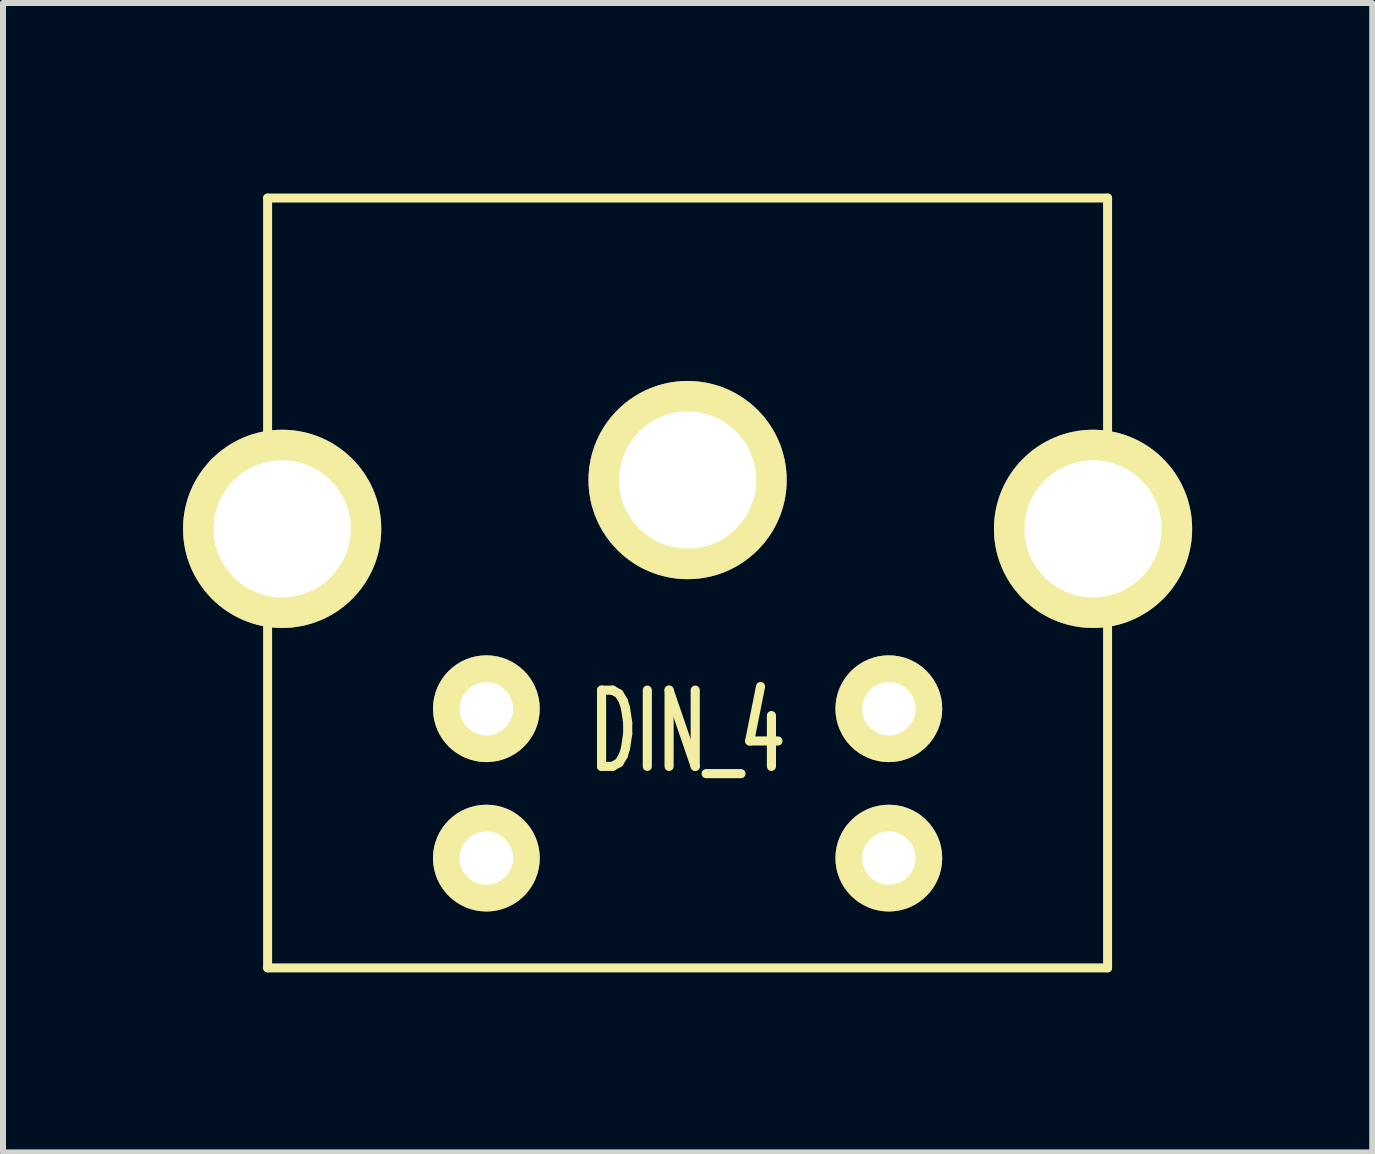
<source format=kicad_pcb>
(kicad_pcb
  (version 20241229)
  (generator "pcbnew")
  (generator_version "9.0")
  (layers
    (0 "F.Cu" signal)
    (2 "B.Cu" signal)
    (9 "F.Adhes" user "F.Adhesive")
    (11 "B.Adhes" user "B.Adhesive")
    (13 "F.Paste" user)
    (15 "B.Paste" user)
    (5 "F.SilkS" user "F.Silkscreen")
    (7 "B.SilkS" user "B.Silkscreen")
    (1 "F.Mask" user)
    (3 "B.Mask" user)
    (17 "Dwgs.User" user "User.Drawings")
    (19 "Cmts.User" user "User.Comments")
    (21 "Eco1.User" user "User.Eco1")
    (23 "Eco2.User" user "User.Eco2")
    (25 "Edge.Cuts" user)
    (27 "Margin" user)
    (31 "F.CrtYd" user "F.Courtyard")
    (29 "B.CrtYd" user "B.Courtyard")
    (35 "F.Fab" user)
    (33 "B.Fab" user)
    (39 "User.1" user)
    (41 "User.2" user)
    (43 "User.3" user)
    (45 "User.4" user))
  (footprint "DIN_4"
    (layer "F.Cu")
    (at 8.407 0.25)
    (property "Reference" "DIN_4" (at 0 8.89 0) (layer "F.SilkS") (effects (font (size 1.27 0.762) (thickness 0.152))))
    (attr through_hole)
    (fp_line (start -6.998 0) (end 6.998 0) (stroke (width 0.15) (type solid)) (layer "F.SilkS"))
    (fp_line (start -6.998 12.827) (end -6.998 0) (stroke (width 0.15) (type solid)) (layer "F.SilkS"))
    (fp_line (start 6.998 0) (end 6.998 12.827) (stroke (width 0.15) (type solid)) (layer "F.SilkS"))
    (fp_line (start 6.998 12.827) (end -6.998 12.827) (stroke (width 0.15) (type solid)) (layer "F.SilkS"))
    (pad "1" thru_hole circle (at 3.353 8.509) (size 1.778 1.778) (drill 0.889) (layers "*.Cu" "*.Mask" "F.SilkS"))
    (pad "2" thru_hole circle (at -3.353 8.509) (size 1.778 1.778) (drill 0.889) (layers "*.Cu" "*.Mask" "F.SilkS"))
    (pad "3" thru_hole circle (at 3.353 10.998) (size 1.778 1.778) (drill 0.889) (layers "*.Cu" "*.Mask" "F.SilkS"))
    (pad "4" thru_hole circle (at -3.353 10.998) (size 1.778 1.778) (drill 0.889) (layers "*.Cu" "*.Mask" "F.SilkS"))
    (pad "5" thru_hole circle (at -6.756 5.512) (size 3.302 3.302) (drill 2.286) (layers "*.Cu" "*.Mask" "F.SilkS"))
    (pad "5" thru_hole circle (at 0 4.699) (size 3.302 3.302) (drill 2.286) (layers "*.Cu" "*.Mask" "F.SilkS"))
    (pad "5" thru_hole circle (at 6.756 5.512) (size 3.302 3.302) (drill 2.286) (layers "*.Cu" "*.Mask" "F.SilkS")))
  (gr_rect
    (start -3 -3)
    (end 19.815 16.152)
    (stroke (width 0.1) (type default))
    (fill no)
    (layer "Edge.Cuts")))
</source>
